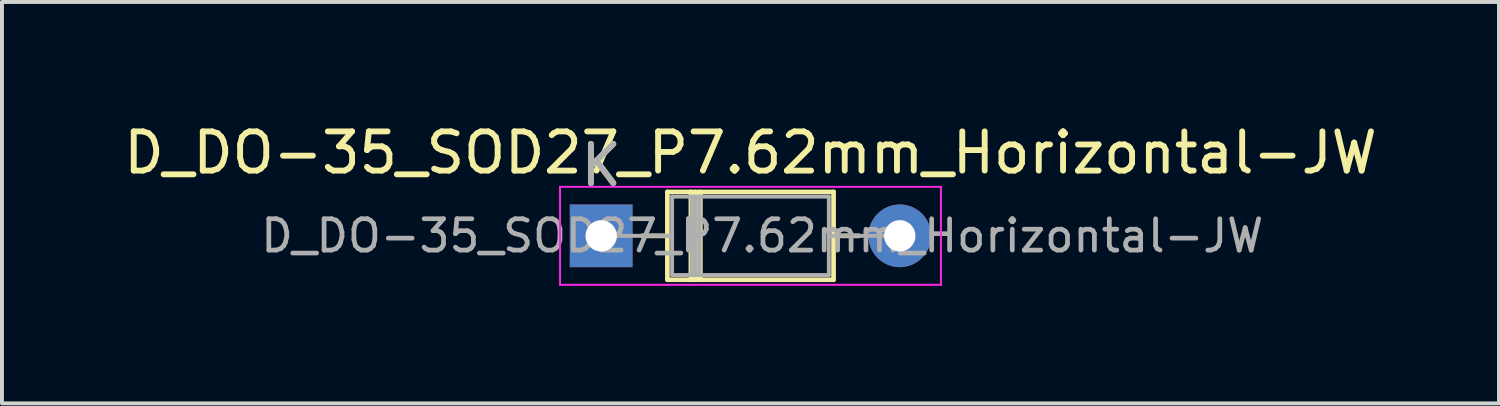
<source format=kicad_pcb>
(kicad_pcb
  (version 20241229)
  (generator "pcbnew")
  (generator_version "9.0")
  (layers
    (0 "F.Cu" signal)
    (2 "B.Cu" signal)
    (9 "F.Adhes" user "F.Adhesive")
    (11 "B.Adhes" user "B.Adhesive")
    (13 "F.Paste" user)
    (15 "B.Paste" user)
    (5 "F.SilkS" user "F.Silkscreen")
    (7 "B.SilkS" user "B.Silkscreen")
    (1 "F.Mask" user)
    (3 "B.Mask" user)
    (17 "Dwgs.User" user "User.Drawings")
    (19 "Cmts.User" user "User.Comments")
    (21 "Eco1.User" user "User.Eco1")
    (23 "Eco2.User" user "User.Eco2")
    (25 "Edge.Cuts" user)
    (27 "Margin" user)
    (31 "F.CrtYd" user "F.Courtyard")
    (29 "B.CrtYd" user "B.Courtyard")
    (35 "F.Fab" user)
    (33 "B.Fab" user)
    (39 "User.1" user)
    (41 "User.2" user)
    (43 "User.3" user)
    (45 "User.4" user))
  (footprint "D_DO-35_SOD27_P7.62mm_Horizontal-JW"
    (layer "F.Cu")
    (at 12.291 2.968)
    (property "Reference" "D_DO-35_SOD27_P7.62mm_Horizontal-JW" (at 3.81 -2.12 0) (layer "F.SilkS") (effects (font (size 1 1) (thickness 0.15))))
    (attr through_hole)
    (fp_line (start 1.04 0) (end 1.69 0) (stroke (width 0.12) (type solid)) (layer "F.SilkS"))
    (fp_line (start 1.69 -1.12) (end 1.69 1.12) (stroke (width 0.12) (type solid)) (layer "F.SilkS"))
    (fp_line (start 1.69 1.12) (end 5.93 1.12) (stroke (width 0.12) (type solid)) (layer "F.SilkS"))
    (fp_line (start 2.29 -1.12) (end 2.29 1.12) (stroke (width 0.12) (type solid)) (layer "F.SilkS"))
    (fp_line (start 2.41 -1.12) (end 2.41 1.12) (stroke (width 0.12) (type solid)) (layer "F.SilkS"))
    (fp_line (start 2.53 -1.12) (end 2.53 1.12) (stroke (width 0.12) (type solid)) (layer "F.SilkS"))
    (fp_line (start 5.93 -1.12) (end 1.69 -1.12) (stroke (width 0.12) (type solid)) (layer "F.SilkS"))
    (fp_line (start 5.93 1.12) (end 5.93 -1.12) (stroke (width 0.12) (type solid)) (layer "F.SilkS"))
    (fp_line (start 6.58 0) (end 5.93 0) (stroke (width 0.12) (type solid)) (layer "F.SilkS"))
    (fp_line (start -1.05 -1.25) (end -1.05 1.25) (stroke (width 0.05) (type solid)) (layer "F.CrtYd"))
    (fp_line (start -1.05 1.25) (end 8.67 1.25) (stroke (width 0.05) (type solid)) (layer "F.CrtYd"))
    (fp_line (start 8.67 -1.25) (end -1.05 -1.25) (stroke (width 0.05) (type solid)) (layer "F.CrtYd"))
    (fp_line (start 8.67 1.25) (end 8.67 -1.25) (stroke (width 0.05) (type solid)) (layer "F.CrtYd"))
    (fp_line (start 0 0) (end 1.81 0) (stroke (width 0.1) (type solid)) (layer "F.Fab"))
    (fp_line (start 1.81 -1) (end 1.81 1) (stroke (width 0.1) (type solid)) (layer "F.Fab"))
    (fp_line (start 1.81 1) (end 5.81 1) (stroke (width 0.1) (type solid)) (layer "F.Fab"))
    (fp_line (start 2.31 -1) (end 2.31 1) (stroke (width 0.1) (type solid)) (layer "F.Fab"))
    (fp_line (start 2.41 -1) (end 2.41 1) (stroke (width 0.1) (type solid)) (layer "F.Fab"))
    (fp_line (start 2.51 -1) (end 2.51 1) (stroke (width 0.1) (type solid)) (layer "F.Fab"))
    (fp_line (start 5.81 -1) (end 1.81 -1) (stroke (width 0.1) (type solid)) (layer "F.Fab"))
    (fp_line (start 5.81 1) (end 5.81 -1) (stroke (width 0.1) (type solid)) (layer "F.Fab"))
    (fp_line (start 7.62 0) (end 5.81 0) (stroke (width 0.1) (type solid)) (layer "F.Fab"))
    (fp_text user "K" (at 0 -1.8 0) (layer "F.SilkS") (effects (font (size 1 1) (thickness 0.15))))
    (fp_text user "K" (at 0 -1.8 0) (layer "F.Fab") (effects (font (size 1 1) (thickness 0.15))))
    (fp_text user "${REFERENCE}" (at 4.11 0 0) (layer "F.Fab") (effects (font (size 0.8 0.8) (thickness 0.12))))
    (pad "1" thru_hole rect (at 0 0) (size 1.6 1.6) (drill 0.8) (layers "*.Cu" "*.Mask"))
    (pad "2" thru_hole oval (at 7.62 0) (size 1.6 1.6) (drill 0.8) (layers "*.Cu" "*.Mask")))
  (gr_rect
    (start -3 -3)
    (end 35.202 7.243)
    (stroke (width 0.1) (type default))
    (fill no)
    (layer "Edge.Cuts")))
</source>
